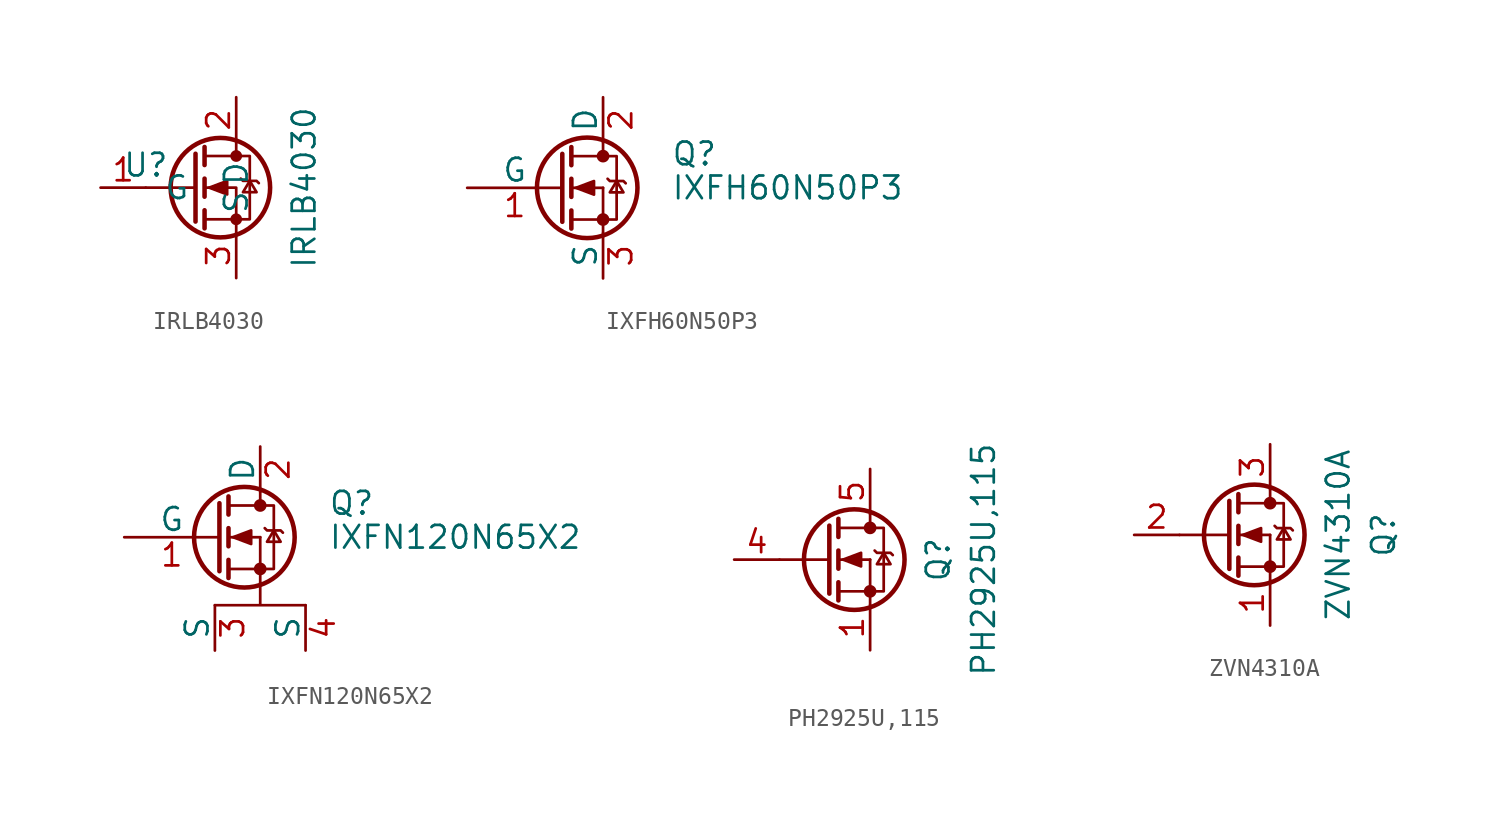
<source format=kicad_sym>
(kicad_symbol_lib
  (version 20231120)
  (generator "kicad_symbol_editor")
  (generator_version "8.0")
  (symbol "IRLB4030"
    (pin_names
      (offset 1.016))
    (property "Reference" "U"
      (at 2.54 1.27 0)
      (effects (font (size 1.27 1.27))))
    (property "Value" "IRLB4030"
      (at 11.43 0 90)
      (effects (font (size 1.27 1.27))))
    (symbol "IRLB4030_1_1"
      (polyline (pts (xy 5.334 0) (xy 2.54 0)) (stroke (width 0) (type default)) (fill (type none)))
      (polyline (pts (xy 5.334 1.905) (xy 5.334 -1.905)) (stroke (width 0.254) (type default)) (fill (type none)))
      (polyline (pts (xy 5.842 -1.27) (xy 5.842 -2.286)) (stroke (width 0.254) (type default)) (fill (type none)))
      (polyline (pts (xy 5.842 0.508) (xy 5.842 -0.508)) (stroke (width 0.254) (type default)) (fill (type none)))
      (polyline (pts (xy 5.842 2.286) (xy 5.842 1.27)) (stroke (width 0.254) (type default)) (fill (type none)))
      (polyline (pts (xy 7.62 2.54) (xy 7.62 1.778)) (stroke (width 0) (type default)) (fill (type none)))
      (polyline (pts (xy 7.62 -2.54) (xy 7.62 0) (xy 5.842 0)) (stroke (width 0) (type default)) (fill (type none)))
      (polyline (pts (xy 5.842 -1.778) (xy 8.382 -1.778) (xy 8.382 1.778) (xy 5.842 1.778)) (stroke (width 0) (type default)) (fill (type none)))
      (polyline (pts (xy 6.096 0) (xy 7.112 0.381) (xy 7.112 -0.381) (xy 6.096 0)) (stroke (width 0) (type default)) (fill (type outline)))
      (polyline (pts (xy 7.874 0.508) (xy 8.001 0.381) (xy 8.763 0.381) (xy 8.89 0.254)) (stroke (width 0) (type default)) (fill (type none)))
      (polyline (pts (xy 8.382 0.381) (xy 8.001 -0.254) (xy 8.763 -0.254) (xy 8.382 0.381)) (stroke (width 0) (type default)) (fill (type none)))
      (circle (center 6.731 0) (radius 2.794) (stroke (width 0.254) (type default)) (fill (type none)))
      (circle (center 7.62 -1.778) (radius 0.254) (stroke (width 0) (type default)) (fill (type outline)))
      (circle (center 7.62 1.778) (radius 0.254) (stroke (width 0) (type default)) (fill (type outline)))
      (pin input line (at 0 0 0) (length 2.54) (name "G" (effects (font (size 1.27 1.27)))) (number "1" (effects (font (size 1.27 1.27)))))
      (pin passive line (at 7.62 5.08 270) (length 2.54) (name "D" (effects (font (size 1.27 1.27)))) (number "2" (effects (font (size 1.27 1.27)))))
      (pin passive line (at 7.62 -5.08 90) (length 2.54) (name "S" (effects (font (size 1.27 1.27)))) (number "3" (effects (font (size 1.27 1.27)))))))
  (symbol "IXFH60N50P3"
    (pin_names
      (offset 0))
    (property "Reference" "Q"
      (at 6.35 1.905 0)
      (effects (font (size 1.27 1.27)) (justify left)))
    (property "Value" "IXFH60N50P3"
      (at 6.35 0 0)
      (effects (font (size 1.27 1.27)) (justify left)))
    (symbol "IXFH60N50P3_0_1"
      (polyline (pts (xy 0.762 -1.778) (xy 2.54 -1.778)) (stroke (width 0) (type default)) (fill (type none)))
      (polyline (pts (xy 0.762 -1.27) (xy 0.762 -2.286)) (stroke (width 0.254) (type default)) (fill (type none)))
      (polyline (pts (xy 0.762 0) (xy 2.54 0)) (stroke (width 0) (type default)) (fill (type none)))
      (polyline (pts (xy 0.762 0.508) (xy 0.762 -0.508)) (stroke (width 0.254) (type default)) (fill (type none)))
      (polyline (pts (xy 0.762 1.778) (xy 2.54 1.778)) (stroke (width 0) (type default)) (fill (type none)))
      (polyline (pts (xy 0.762 2.286) (xy 0.762 1.27)) (stroke (width 0.254) (type default)) (fill (type none)))
      (polyline (pts (xy 2.54 -1.778) (xy 2.54 -2.54)) (stroke (width 0) (type default)) (fill (type none)))
      (polyline (pts (xy 2.54 -1.778) (xy 2.54 0)) (stroke (width 0) (type default)) (fill (type none)))
      (polyline (pts (xy 2.54 2.54) (xy 2.54 1.778)) (stroke (width 0) (type default)) (fill (type none)))
      (polyline (pts (xy 0.254 1.905) (xy 0.254 -1.905) (xy 0.254 -1.905)) (stroke (width 0.254) (type default)) (fill (type none)))
      (polyline (pts (xy 1.016 0) (xy 2.032 0.381) (xy 2.032 -0.381) (xy 1.016 0)) (stroke (width 0) (type default)) (fill (type outline)))
      (polyline (pts (xy 2.54 -1.778) (xy 3.302 -1.778) (xy 3.302 1.778) (xy 2.54 1.778)) (stroke (width 0) (type default)) (fill (type none)))
      (polyline (pts (xy 2.794 0.508) (xy 2.921 0.381) (xy 3.683 0.381) (xy 3.81 0.254)) (stroke (width 0) (type default)) (fill (type none)))
      (polyline (pts (xy 3.302 0.381) (xy 2.921 -0.254) (xy 3.683 -0.254) (xy 3.302 0.381)) (stroke (width 0) (type default)) (fill (type none)))
      (circle (center 1.651 0) (radius 2.819) (stroke (width 0.254) (type default)) (fill (type none)))
      (circle (center 2.54 -1.778) (radius 0.279) (stroke (width 0) (type default)) (fill (type outline)))
      (circle (center 2.54 1.778) (radius 0.279) (stroke (width 0) (type default)) (fill (type outline))))
    (symbol "IXFH60N50P3_1_1"
      (pin input line (at -5.08 0 0) (length 5.334) (name "G" (effects (font (size 1.27 1.27)))) (number "1" (effects (font (size 1.27 1.27)))))
      (pin passive line (at 2.54 5.08 270) (length 2.54) (name "D" (effects (font (size 1.27 1.27)))) (number "2" (effects (font (size 1.27 1.27)))))
      (pin passive line (at 2.54 -5.08 90) (length 2.54) (name "S" (effects (font (size 1.27 1.27)))) (number "3" (effects (font (size 1.27 1.27)))))))
  (symbol "IXFN120N65X2"
    (pin_names
      (offset 0))
    (property "Reference" "Q"
      (at 6.35 1.905 0)
      (effects (font (size 1.27 1.27)) (justify left)))
    (property "Value" "IXFN120N65X2"
      (at 6.35 0 0)
      (effects (font (size 1.27 1.27)) (justify left)))
    (symbol "IXFN120N65X2_0_1"
      (polyline (pts (xy 0.762 -1.778) (xy 2.54 -1.778)) (stroke (width 0) (type default)) (fill (type none)))
      (polyline (pts (xy 0.762 -1.27) (xy 0.762 -2.286)) (stroke (width 0.254) (type default)) (fill (type none)))
      (polyline (pts (xy 0.762 0) (xy 2.54 0)) (stroke (width 0) (type default)) (fill (type none)))
      (polyline (pts (xy 0.762 0.508) (xy 0.762 -0.508)) (stroke (width 0.254) (type default)) (fill (type none)))
      (polyline (pts (xy 0.762 1.778) (xy 2.54 1.778)) (stroke (width 0) (type default)) (fill (type none)))
      (polyline (pts (xy 0.762 2.286) (xy 0.762 1.27)) (stroke (width 0.254) (type default)) (fill (type none)))
      (polyline (pts (xy 2.54 -1.778) (xy 2.54 -2.54)) (stroke (width 0) (type default)) (fill (type none)))
      (polyline (pts (xy 2.54 -1.778) (xy 2.54 0)) (stroke (width 0) (type default)) (fill (type none)))
      (polyline (pts (xy 2.54 2.54) (xy 2.54 1.778)) (stroke (width 0) (type default)) (fill (type none)))
      (polyline (pts (xy 0.254 1.905) (xy 0.254 -1.905) (xy 0.254 -1.905)) (stroke (width 0.254) (type default)) (fill (type none)))
      (polyline (pts (xy 1.016 0) (xy 2.032 0.381) (xy 2.032 -0.381) (xy 1.016 0)) (stroke (width 0) (type default)) (fill (type outline)))
      (polyline (pts (xy 2.54 -1.778) (xy 3.302 -1.778) (xy 3.302 1.778) (xy 2.54 1.778)) (stroke (width 0) (type default)) (fill (type none)))
      (polyline (pts (xy 2.794 0.508) (xy 2.921 0.381) (xy 3.683 0.381) (xy 3.81 0.254)) (stroke (width 0) (type default)) (fill (type none)))
      (polyline (pts (xy 3.302 0.381) (xy 2.921 -0.254) (xy 3.683 -0.254) (xy 3.302 0.381)) (stroke (width 0) (type default)) (fill (type none)))
      (polyline (pts (xy 0 -3.81) (xy 2.54 -3.81) (xy 2.54 -2.54) (xy 2.54 -3.81) (xy 5.08 -3.81)) (stroke (width 0) (type default)) (fill (type none)))
      (circle (center 1.651 0) (radius 2.819) (stroke (width 0.254) (type default)) (fill (type none)))
      (circle (center 2.54 -1.778) (radius 0.279) (stroke (width 0) (type default)) (fill (type outline)))
      (circle (center 2.54 1.778) (radius 0.279) (stroke (width 0) (type default)) (fill (type outline))))
    (symbol "IXFN120N65X2_1_1"
      (pin input line (at -5.08 0 0) (length 5.334) (name "G" (effects (font (size 1.27 1.27)))) (number "1" (effects (font (size 1.27 1.27)))))
      (pin passive line (at 2.54 5.08 270) (length 2.54) (name "D" (effects (font (size 1.27 1.27)))) (number "2" (effects (font (size 1.27 1.27)))))
      (pin passive line (at 0 -6.35 90) (length 2.54) (name "S" (effects (font (size 1.27 1.27)))) (number "3" (effects (font (size 1.27 1.27)))))
      (pin passive line (at 5.08 -6.35 90) (length 2.54) (name "S" (effects (font (size 1.27 1.27)))) (number "4" (effects (font (size 1.27 1.27)))))))
  (symbol "PH2925U,115"
    (pin_names
      (offset 1.016))
    (property "Reference" "Q"
      (at 3.81 0 90)
      (effects (font (size 1.27 1.27))))
    (property "Value" "PH2925U,115"
      (at 6.35 0 90)
      (effects (font (size 1.27 1.27))))
    (symbol "PH2925U,115_1_1"
      (circle (center -0.889 0) (radius 2.819) (stroke (width 0.254) (type default)) (fill (type none)))
      (circle (center 0 -1.778) (radius 0.279) (stroke (width 0) (type default)) (fill (type outline)))
      (polyline (pts (xy -5.08 0) (xy -2.286 0)) (stroke (width 0) (type default)) (fill (type none)))
      (polyline (pts (xy -1.778 -1.778) (xy 0 -1.778)) (stroke (width 0) (type default)) (fill (type none)))
      (polyline (pts (xy -1.778 -1.27) (xy -1.778 -2.286)) (stroke (width 0.254) (type default)) (fill (type none)))
      (polyline (pts (xy -1.778 0) (xy 0 0)) (stroke (width 0) (type default)) (fill (type none)))
      (polyline (pts (xy -1.778 0.508) (xy -1.778 -0.508)) (stroke (width 0.254) (type default)) (fill (type none)))
      (polyline (pts (xy -1.778 1.778) (xy 0 1.778)) (stroke (width 0) (type default)) (fill (type none)))
      (polyline (pts (xy -1.778 2.286) (xy -1.778 1.27)) (stroke (width 0.254) (type default)) (fill (type none)))
      (polyline (pts (xy 0 -1.778) (xy 0 -2.54)) (stroke (width 0) (type default)) (fill (type none)))
      (polyline (pts (xy 0 -1.778) (xy 0 0)) (stroke (width 0) (type default)) (fill (type none)))
      (polyline (pts (xy 0 2.54) (xy 0 1.778)) (stroke (width 0) (type default)) (fill (type none)))
      (polyline (pts (xy -2.286 1.905) (xy -2.286 -1.905) (xy -2.286 -1.905)) (stroke (width 0.254) (type default)) (fill (type none)))
      (polyline (pts (xy -1.524 0) (xy -0.508 0.381) (xy -0.508 -0.381) (xy -1.524 0)) (stroke (width 0) (type default)) (fill (type outline)))
      (polyline (pts (xy 0 -1.778) (xy 0.762 -1.778) (xy 0.762 1.778) (xy 0 1.778)) (stroke (width 0) (type default)) (fill (type none)))
      (polyline (pts (xy 0.254 0.508) (xy 0.381 0.381) (xy 1.143 0.381) (xy 1.27 0.254)) (stroke (width 0) (type default)) (fill (type none)))
      (polyline (pts (xy 0.762 0.381) (xy 0.381 -0.254) (xy 1.143 -0.254) (xy 0.762 0.381)) (stroke (width 0) (type default)) (fill (type none)))
      (circle (center 0 1.778) (radius 0.279) (stroke (width 0) (type default)) (fill (type outline)))
      (pin passive line (at 0 -5.08 90) (length 2.54) (name "~" (effects (font (size 1.27 1.27)))) (number "1" (effects (font (size 1.27 1.27)))))
      (pin passive line (at 0 -5.08 90) (length 2.54) hide (name "~" (effects (font (size 1.27 1.27)))) (number "2" (effects (font (size 1.27 1.27)))))
      (pin passive line (at 0 -5.08 90) (length 2.54) hide (name "~" (effects (font (size 1.27 1.27)))) (number "3" (effects (font (size 1.27 1.27)))))
      (pin input line (at -7.62 0 0) (length 2.54) (name "~" (effects (font (size 1.27 1.27)))) (number "4" (effects (font (size 1.27 1.27)))))
      (pin passive line (at 0 5.08 270) (length 2.54) (name "~" (effects (font (size 1.27 1.27)))) (number "5" (effects (font (size 1.27 1.27)))))))
  (symbol "ZVN4310A"
    (pin_names
      (offset 1.016))
    (property "Reference" "Q"
      (at 6.35 0 90)
      (effects (font (size 1.27 1.27))))
    (property "Value" "ZVN4310A"
      (at 3.81 0 90)
      (effects (font (size 1.27 1.27))))
    (symbol "ZVN4310A_1_1"
      (circle (center -0.889 0) (radius 2.819) (stroke (width 0.254) (type default)) (fill (type none)))
      (circle (center 0 -1.778) (radius 0.279) (stroke (width 0) (type default)) (fill (type outline)))
      (polyline (pts (xy -5.08 0) (xy -2.286 0)) (stroke (width 0) (type default)) (fill (type none)))
      (polyline (pts (xy -1.778 -1.778) (xy 0 -1.778)) (stroke (width 0) (type default)) (fill (type none)))
      (polyline (pts (xy -1.778 -1.27) (xy -1.778 -2.286)) (stroke (width 0.254) (type default)) (fill (type none)))
      (polyline (pts (xy -1.778 0) (xy 0 0)) (stroke (width 0) (type default)) (fill (type none)))
      (polyline (pts (xy -1.778 0.508) (xy -1.778 -0.508)) (stroke (width 0.254) (type default)) (fill (type none)))
      (polyline (pts (xy -1.778 1.778) (xy 0 1.778)) (stroke (width 0) (type default)) (fill (type none)))
      (polyline (pts (xy -1.778 2.286) (xy -1.778 1.27)) (stroke (width 0.254) (type default)) (fill (type none)))
      (polyline (pts (xy 0 -1.778) (xy 0 -2.54)) (stroke (width 0) (type default)) (fill (type none)))
      (polyline (pts (xy 0 -1.778) (xy 0 0)) (stroke (width 0) (type default)) (fill (type none)))
      (polyline (pts (xy 0 2.54) (xy 0 1.778)) (stroke (width 0) (type default)) (fill (type none)))
      (polyline (pts (xy -2.286 1.905) (xy -2.286 -1.905) (xy -2.286 -1.905)) (stroke (width 0.254) (type default)) (fill (type none)))
      (polyline (pts (xy -1.524 0) (xy -0.508 0.381) (xy -0.508 -0.381) (xy -1.524 0)) (stroke (width 0) (type default)) (fill (type outline)))
      (polyline (pts (xy 0 -1.778) (xy 0.762 -1.778) (xy 0.762 1.778) (xy 0 1.778)) (stroke (width 0) (type default)) (fill (type none)))
      (polyline (pts (xy 0.254 0.508) (xy 0.381 0.381) (xy 1.143 0.381) (xy 1.27 0.254)) (stroke (width 0) (type default)) (fill (type none)))
      (polyline (pts (xy 0.762 0.381) (xy 0.381 -0.254) (xy 1.143 -0.254) (xy 0.762 0.381)) (stroke (width 0) (type default)) (fill (type none)))
      (circle (center 0 1.778) (radius 0.279) (stroke (width 0) (type default)) (fill (type outline)))
      (pin passive line (at 0 -5.08 90) (length 2.54) (name "~" (effects (font (size 1.27 1.27)))) (number "1" (effects (font (size 1.27 1.27)))))
      (pin input line (at -7.62 0 0) (length 2.54) (name "~" (effects (font (size 1.27 1.27)))) (number "2" (effects (font (size 1.27 1.27)))))
      (pin passive line (at 0 5.08 270) (length 2.54) (name "~" (effects (font (size 1.27 1.27)))) (number "3" (effects (font (size 1.27 1.27))))))))
</source>
